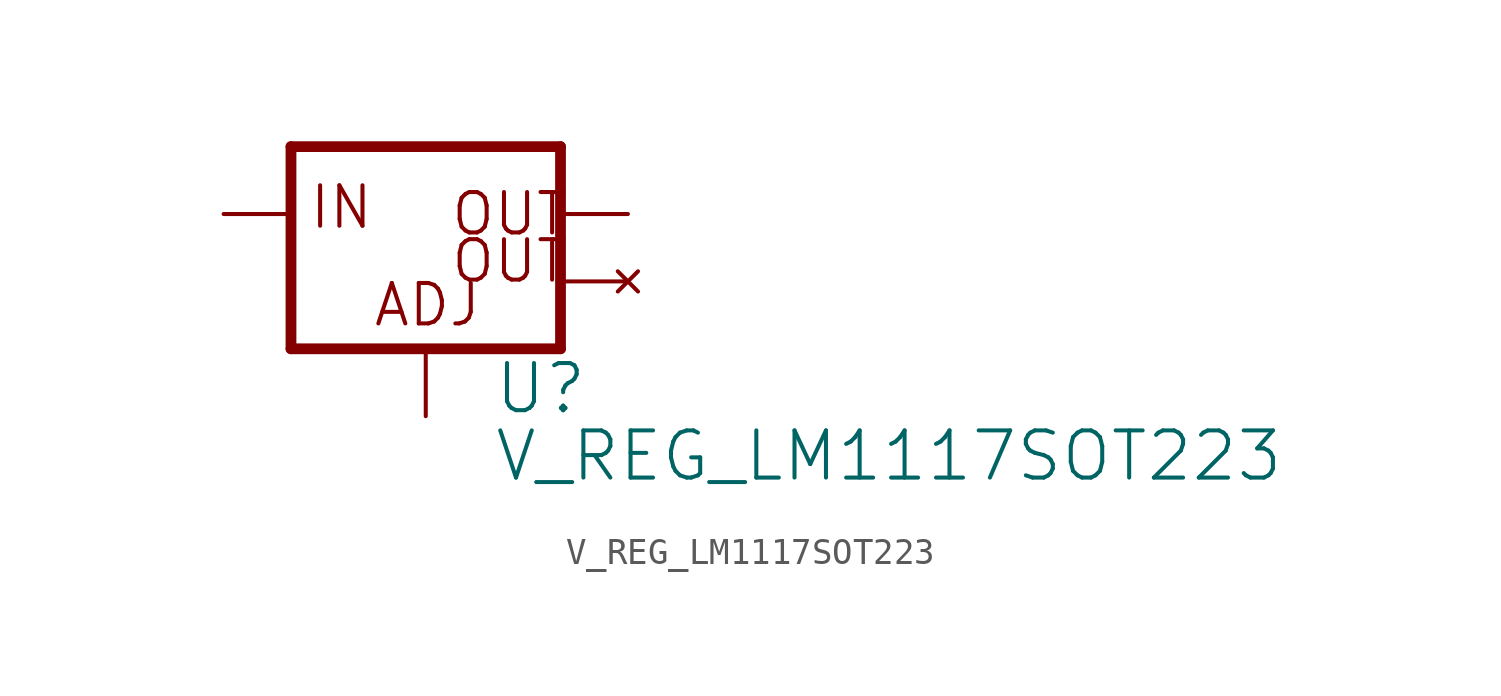
<source format=kicad_sym>
(kicad_symbol_lib
  (version 20211014)
  (generator kicad_symbol_editor)
  (symbol "V_REG_LM1117SOT223"
    (property "Reference" "U"
      (at 2.54 -7.62 0)
      (effects (font (size 1.778 1.778)) (justify left bottom)))
    (property "Value" "V_REG_LM1117SOT223"
      (at 2.54 -10.16 0)
      (effects (font (size 1.778 1.778)) (justify left bottom)))
    (property "ki_locked" ""
      (at 0 0 0)
      (effects (font (size 1.27 1.27))))
    (symbol "V_REG_LM1117SOT223_1_0"
      (polyline (pts (xy -5.08 -5.08) (xy 5.08 -5.08)) (stroke (width 0.406) (type default) (color 0 0 0 0)) (fill (type none)))
      (polyline (pts (xy -5.08 2.54) (xy -5.08 -5.08)) (stroke (width 0.406) (type default) (color 0 0 0 0)) (fill (type none)))
      (polyline (pts (xy 5.08 -5.08) (xy 5.08 2.54)) (stroke (width 0.406) (type default) (color 0 0 0 0)) (fill (type none)))
      (polyline (pts (xy 5.08 2.54) (xy -5.08 2.54)) (stroke (width 0.406) (type default) (color 0 0 0 0)) (fill (type none)))
      (text "ADJ" (at -2.032 -4.318 0) (effects (font (size 1.524 1.524)) (justify left bottom)))
      (text "IN" (at -4.445 -0.635 0) (effects (font (size 1.524 1.524)) (justify left bottom)))
      (text "OUT" (at 0.889 -2.667 0) (effects (font (size 1.524 1.524)) (justify left bottom)))
      (text "OUT" (at 0.889 -0.889 0) (effects (font (size 1.524 1.524)) (justify left bottom)))
      (pin input line (at 0 -7.62 90) (length 2.54) (name "ADJ" (effects (font (size 0 0)))) (number "1" (effects (font (size 0 0)))))
      (pin no_connect line (at 7.62 -2.54 180) (length 2.54) (name "OUT" (effects (font (size 0 0)))) (number "2" (effects (font (size 0 0)))))
      (pin power_in line (at -7.62 0 0) (length 2.54) (name "IN" (effects (font (size 0 0)))) (number "3" (effects (font (size 0 0)))))
      (pin power_out line (at 7.62 0 180) (length 2.54) (name "OUT" (effects (font (size 0 0)))) (number "4" (effects (font (size 0 0))))))))
</source>
